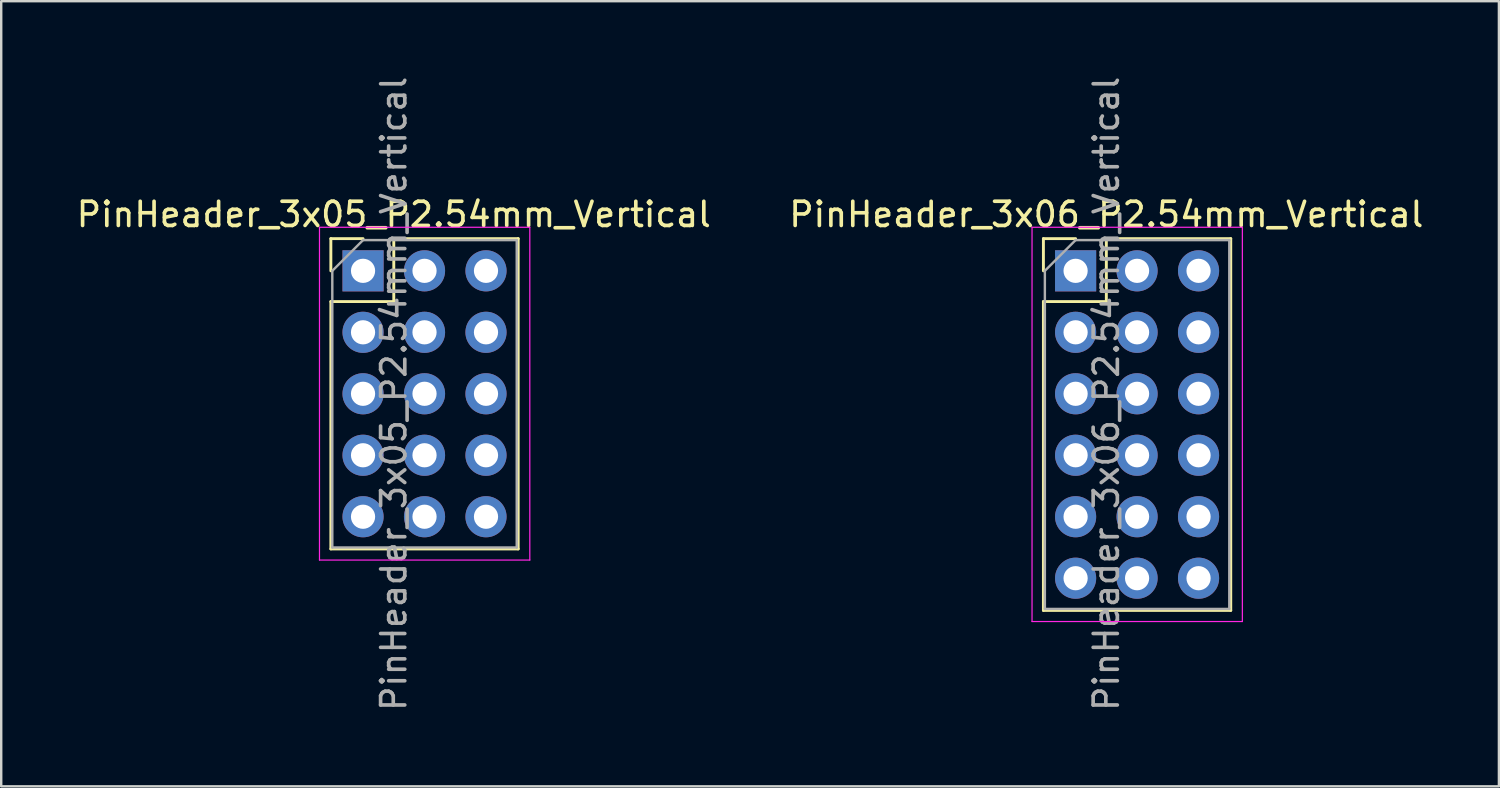
<source format=kicad_pcb>
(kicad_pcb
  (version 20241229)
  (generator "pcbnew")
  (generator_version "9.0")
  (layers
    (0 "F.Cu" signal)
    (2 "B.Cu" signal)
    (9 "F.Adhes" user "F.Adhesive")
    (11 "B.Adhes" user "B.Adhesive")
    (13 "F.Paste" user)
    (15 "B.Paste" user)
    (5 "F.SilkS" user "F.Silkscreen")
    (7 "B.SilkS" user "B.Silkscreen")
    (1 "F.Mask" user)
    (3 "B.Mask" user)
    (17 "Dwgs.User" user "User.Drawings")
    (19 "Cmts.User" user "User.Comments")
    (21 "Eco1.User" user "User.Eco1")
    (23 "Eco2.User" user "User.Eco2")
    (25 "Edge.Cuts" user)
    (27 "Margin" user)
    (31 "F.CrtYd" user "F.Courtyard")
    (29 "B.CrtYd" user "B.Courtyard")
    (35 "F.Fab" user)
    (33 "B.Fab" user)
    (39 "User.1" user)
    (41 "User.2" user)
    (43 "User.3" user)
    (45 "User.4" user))
  (footprint "PinHeader_3x06_P2.54mm_Vertical"
    (layer "F.Cu")
    (at 41.391 8.14)
    (property "Reference" "PinHeader_3x06_P2.54mm_Vertical" (at 1.27 -2.33 0) (layer "F.SilkS") (effects (font (size 1 1) (thickness 0.15))))
    (attr through_hole)
    (fp_line (start -1.33 -1.33) (end 0 -1.33) (stroke (width 0.12) (type solid)) (layer "F.SilkS"))
    (fp_line (start -1.33 0) (end -1.33 -1.33) (stroke (width 0.12) (type solid)) (layer "F.SilkS"))
    (fp_line (start -1.33 1.27) (end -1.33 14.03) (stroke (width 0.12) (type solid)) (layer "F.SilkS"))
    (fp_line (start -1.33 1.27) (end 1.27 1.27) (stroke (width 0.12) (type solid)) (layer "F.SilkS"))
    (fp_line (start -1.33 14.03) (end 6.41 14.03) (stroke (width 0.12) (type solid)) (layer "F.SilkS"))
    (fp_line (start 1.27 -1.33) (end 6.41 -1.33) (stroke (width 0.12) (type solid)) (layer "F.SilkS"))
    (fp_line (start 1.27 1.27) (end 1.27 -1.33) (stroke (width 0.12) (type solid)) (layer "F.SilkS"))
    (fp_line (start 6.41 -1.33) (end 6.41 14.03) (stroke (width 0.12) (type solid)) (layer "F.SilkS"))
    (fp_line (start -1.8 -1.8) (end -1.8 14.49) (stroke (width 0.05) (type solid)) (layer "F.CrtYd"))
    (fp_line (start -1.8 14.49) (end 6.89 14.49) (stroke (width 0.05) (type solid)) (layer "F.CrtYd"))
    (fp_line (start 6.89 -1.8) (end -1.8 -1.8) (stroke (width 0.05) (type solid)) (layer "F.CrtYd"))
    (fp_line (start 6.89 14.49) (end 6.89 -1.8) (stroke (width 0.05) (type solid)) (layer "F.CrtYd"))
    (fp_line (start -1.27 0) (end 0 -1.27) (stroke (width 0.1) (type solid)) (layer "F.Fab"))
    (fp_line (start -1.27 13.97) (end -1.27 0) (stroke (width 0.1) (type solid)) (layer "F.Fab"))
    (fp_line (start 0 -1.27) (end 6.35 -1.27) (stroke (width 0.1) (type solid)) (layer "F.Fab"))
    (fp_line (start 6.35 -1.27) (end 6.35 13.97) (stroke (width 0.1) (type solid)) (layer "F.Fab"))
    (fp_line (start 6.35 13.97) (end -1.27 13.97) (stroke (width 0.1) (type solid)) (layer "F.Fab"))
    (fp_text user "${REFERENCE}" (at 1.27 5.08 90) (layer "F.Fab") (effects (font (size 1 1) (thickness 0.15))))
    (pad "1" thru_hole rect (at 0 0) (size 1.7 1.7) (drill 1) (layers "*.Cu" "*.Mask"))
    (pad "2" thru_hole oval (at 0 2.54) (size 1.7 1.7) (drill 1) (layers "*.Cu" "*.Mask"))
    (pad "3" thru_hole oval (at 0 5.08) (size 1.7 1.7) (drill 1) (layers "*.Cu" "*.Mask"))
    (pad "4" thru_hole oval (at 0 7.62) (size 1.7 1.7) (drill 1) (layers "*.Cu" "*.Mask"))
    (pad "5" thru_hole oval (at 0 10.16) (size 1.7 1.7) (drill 1) (layers "*.Cu" "*.Mask"))
    (pad "6" thru_hole oval (at 0 12.7) (size 1.7 1.7) (drill 1) (layers "*.Cu" "*.Mask"))
    (pad "7" thru_hole oval (at 2.54 0) (size 1.7 1.7) (drill 1) (layers "*.Cu" "*.Mask"))
    (pad "8" thru_hole oval (at 2.54 2.54) (size 1.7 1.7) (drill 1) (layers "*.Cu" "*.Mask"))
    (pad "9" thru_hole oval (at 2.54 5.08) (size 1.7 1.7) (drill 1) (layers "*.Cu" "*.Mask"))
    (pad "10" thru_hole oval (at 2.54 7.62) (size 1.7 1.7) (drill 1) (layers "*.Cu" "*.Mask"))
    (pad "11" thru_hole oval (at 2.54 10.16) (size 1.7 1.7) (drill 1) (layers "*.Cu" "*.Mask"))
    (pad "12" thru_hole oval (at 2.54 12.7) (size 1.7 1.7) (drill 1) (layers "*.Cu" "*.Mask"))
    (pad "13" thru_hole oval (at 5.08 0) (size 1.7 1.7) (drill 1) (layers "*.Cu" "*.Mask"))
    (pad "14" thru_hole oval (at 5.08 2.54) (size 1.7 1.7) (drill 1) (layers "*.Cu" "*.Mask"))
    (pad "15" thru_hole oval (at 5.08 5.08) (size 1.7 1.7) (drill 1) (layers "*.Cu" "*.Mask"))
    (pad "16" thru_hole oval (at 5.08 7.62) (size 1.7 1.7) (drill 1) (layers "*.Cu" "*.Mask"))
    (pad "17" thru_hole oval (at 5.08 10.16) (size 1.7 1.7) (drill 1) (layers "*.Cu" "*.Mask"))
    (pad "18" thru_hole oval (at 5.08 12.7) (size 1.7 1.7) (drill 1) (layers "*.Cu" "*.Mask")))
  (footprint "PinHeader_3x05_P2.54mm_Vertical"
    (layer "F.Cu")
    (at 11.95 8.14)
    (property "Reference" "PinHeader_3x05_P2.54mm_Vertical" (at 1.27 -2.33 0) (layer "F.SilkS") (effects (font (size 1 1) (thickness 0.15))))
    (attr through_hole)
    (fp_line (start -1.33 -1.33) (end 0 -1.33) (stroke (width 0.12) (type solid)) (layer "F.SilkS"))
    (fp_line (start -1.33 0) (end -1.33 -1.33) (stroke (width 0.12) (type solid)) (layer "F.SilkS"))
    (fp_line (start -1.33 1.27) (end -1.33 11.49) (stroke (width 0.12) (type solid)) (layer "F.SilkS"))
    (fp_line (start -1.33 1.27) (end 1.27 1.27) (stroke (width 0.12) (type solid)) (layer "F.SilkS"))
    (fp_line (start -1.33 11.49) (end 6.41 11.49) (stroke (width 0.12) (type solid)) (layer "F.SilkS"))
    (fp_line (start 1.27 -1.33) (end 6.41 -1.33) (stroke (width 0.12) (type solid)) (layer "F.SilkS"))
    (fp_line (start 1.27 1.27) (end 1.27 -1.33) (stroke (width 0.12) (type solid)) (layer "F.SilkS"))
    (fp_line (start 6.41 -1.33) (end 6.41 11.49) (stroke (width 0.12) (type solid)) (layer "F.SilkS"))
    (fp_line (start -1.8 -1.8) (end -1.8 11.95) (stroke (width 0.05) (type solid)) (layer "F.CrtYd"))
    (fp_line (start -1.8 11.95) (end 6.89 11.95) (stroke (width 0.05) (type solid)) (layer "F.CrtYd"))
    (fp_line (start 6.89 -1.8) (end -1.8 -1.8) (stroke (width 0.05) (type solid)) (layer "F.CrtYd"))
    (fp_line (start 6.89 11.95) (end 6.89 -1.8) (stroke (width 0.05) (type solid)) (layer "F.CrtYd"))
    (fp_line (start -1.27 0) (end 0 -1.27) (stroke (width 0.1) (type solid)) (layer "F.Fab"))
    (fp_line (start -1.27 11.43) (end -1.27 0) (stroke (width 0.1) (type solid)) (layer "F.Fab"))
    (fp_line (start 0 -1.27) (end 6.35 -1.27) (stroke (width 0.1) (type solid)) (layer "F.Fab"))
    (fp_line (start 6.35 -1.27) (end 6.35 11.43) (stroke (width 0.1) (type solid)) (layer "F.Fab"))
    (fp_line (start 6.35 11.43) (end -1.27 11.43) (stroke (width 0.1) (type solid)) (layer "F.Fab"))
    (fp_text user "${REFERENCE}" (at 1.27 5.08 90) (layer "F.Fab") (effects (font (size 1 1) (thickness 0.15))))
    (pad "1" thru_hole rect (at 0 0) (size 1.7 1.7) (drill 1) (layers "*.Cu" "*.Mask"))
    (pad "2" thru_hole oval (at 0 2.54) (size 1.7 1.7) (drill 1) (layers "*.Cu" "*.Mask"))
    (pad "3" thru_hole oval (at 0 5.08) (size 1.7 1.7) (drill 1) (layers "*.Cu" "*.Mask"))
    (pad "4" thru_hole oval (at 0 7.62) (size 1.7 1.7) (drill 1) (layers "*.Cu" "*.Mask"))
    (pad "5" thru_hole oval (at 0 10.16) (size 1.7 1.7) (drill 1) (layers "*.Cu" "*.Mask"))
    (pad "6" thru_hole oval (at 2.54 0) (size 1.7 1.7) (drill 1) (layers "*.Cu" "*.Mask"))
    (pad "7" thru_hole oval (at 2.54 2.54) (size 1.7 1.7) (drill 1) (layers "*.Cu" "*.Mask"))
    (pad "8" thru_hole oval (at 2.54 5.08) (size 1.7 1.7) (drill 1) (layers "*.Cu" "*.Mask"))
    (pad "9" thru_hole oval (at 2.54 7.62) (size 1.7 1.7) (drill 1) (layers "*.Cu" "*.Mask"))
    (pad "10" thru_hole oval (at 2.54 10.16) (size 1.7 1.7) (drill 1) (layers "*.Cu" "*.Mask"))
    (pad "11" thru_hole oval (at 5.08 0) (size 1.7 1.7) (drill 1) (layers "*.Cu" "*.Mask"))
    (pad "12" thru_hole oval (at 5.08 2.54) (size 1.7 1.7) (drill 1) (layers "*.Cu" "*.Mask"))
    (pad "13" thru_hole oval (at 5.08 5.08) (size 1.7 1.7) (drill 1) (layers "*.Cu" "*.Mask"))
    (pad "14" thru_hole oval (at 5.08 7.62) (size 1.7 1.7) (drill 1) (layers "*.Cu" "*.Mask"))
    (pad "15" thru_hole oval (at 5.08 10.16) (size 1.7 1.7) (drill 1) (layers "*.Cu" "*.Mask")))
  (gr_rect
    (start -3 -3)
    (end 58.881 29.44)
    (stroke (width 0.1) (type default))
    (fill no)
    (layer "Edge.Cuts")))
</source>
